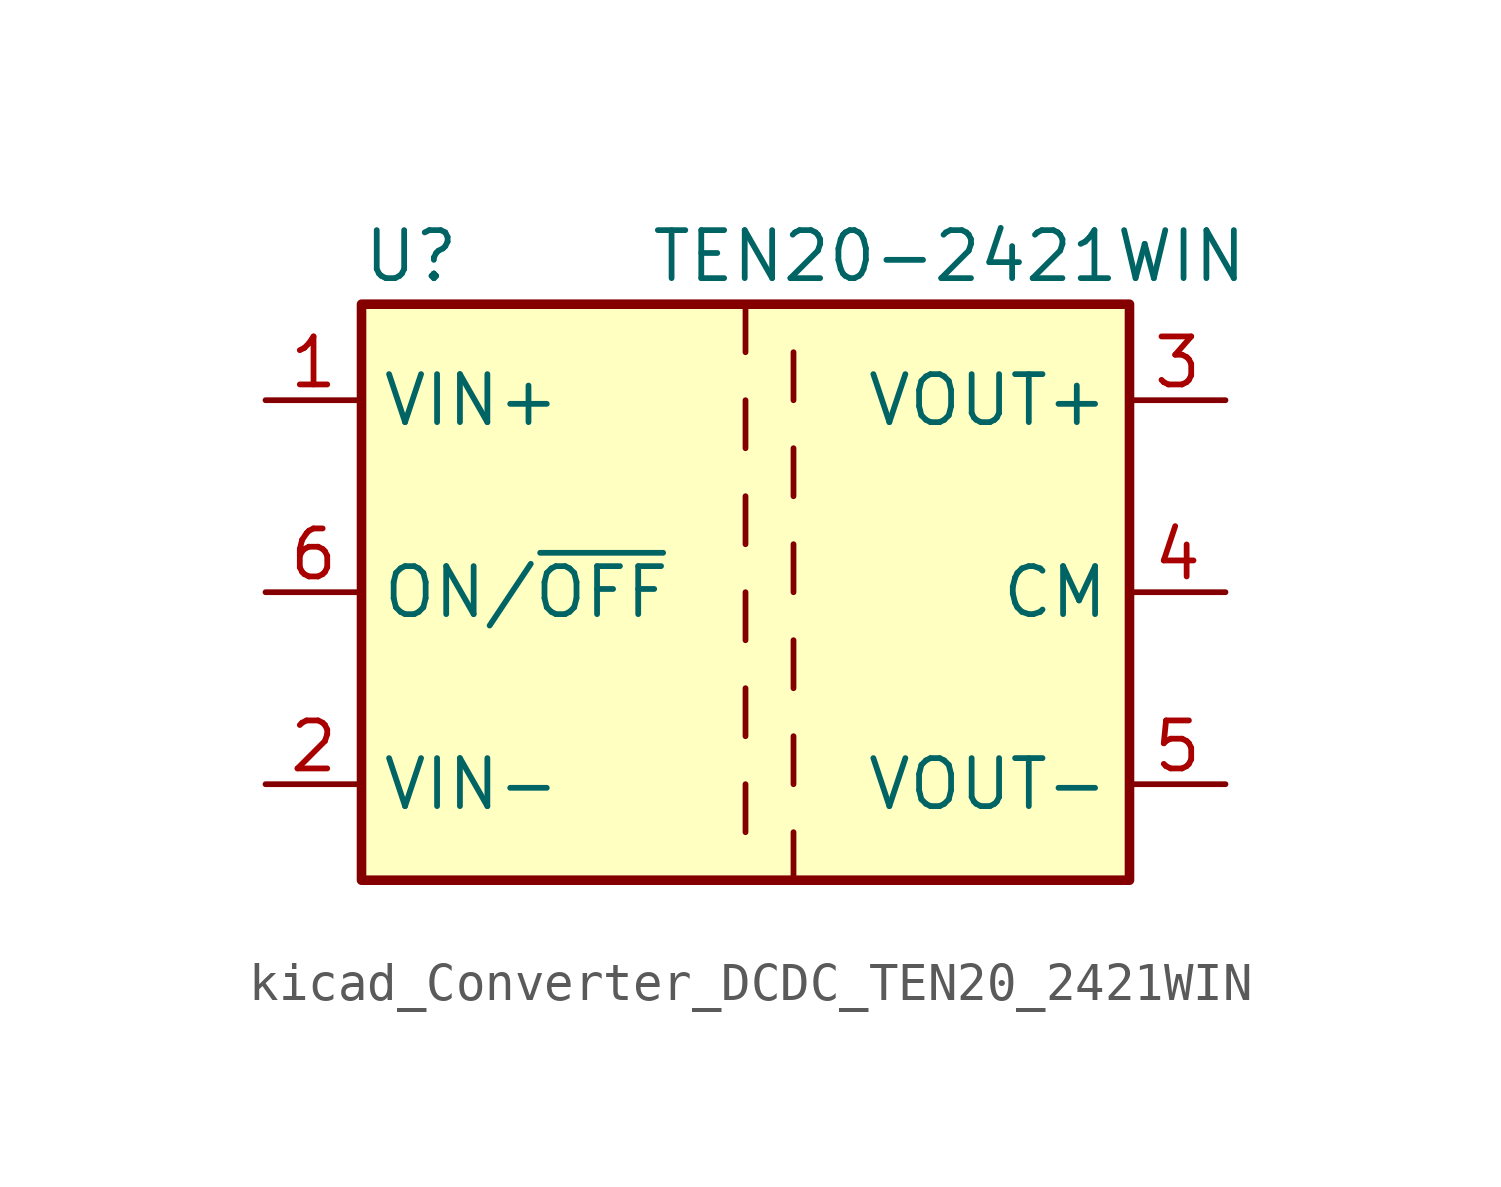
<source format=kicad_sym>
(kicad_symbol_lib
  (version 20220914)
  (generator kicad_symbol_editor)
  (symbol "kicad_Converter_DCDC_TEN20_2421WIN"
    (property "Reference" "U"
      (at -10.16 8.89 0)
      (effects (font (size 1.27 1.27)) (justify left)))
    (property "Value" "TEN20-2421WIN"
      (at -2.54 8.89 0)
      (effects (font (size 1.27 1.27)) (justify left)))
    (symbol "kicad_Converter_DCDC_TEN20_2421WIN_0_1"
      (rectangle (start -10.16 7.62) (end 10.16 -7.62) (stroke (width 0.254) (type default)) (fill (type background)))
      (polyline (pts (xy 0 -5.08) (xy 0 -6.35)) (stroke (width 0) (type default)) (fill (type none)))
      (polyline (pts (xy 0 -2.54) (xy 0 -3.81)) (stroke (width 0) (type default)) (fill (type none)))
      (polyline (pts (xy 0 0) (xy 0 -1.27)) (stroke (width 0) (type default)) (fill (type none)))
      (polyline (pts (xy 0 2.54) (xy 0 1.27)) (stroke (width 0) (type default)) (fill (type none)))
      (polyline (pts (xy 0 5.08) (xy 0 3.81)) (stroke (width 0) (type default)) (fill (type none)))
      (polyline (pts (xy 0 7.62) (xy 0 6.35)) (stroke (width 0) (type default)) (fill (type none)))
      (polyline (pts (xy 1.27 -7.62) (xy 1.27 -6.35)) (stroke (width 0) (type default)) (fill (type none)))
      (polyline (pts (xy 1.27 -5.08) (xy 1.27 -3.81)) (stroke (width 0) (type default)) (fill (type none)))
      (polyline (pts (xy 1.27 -2.54) (xy 1.27 -1.27)) (stroke (width 0) (type default)) (fill (type none)))
      (polyline (pts (xy 1.27 0) (xy 1.27 1.27)) (stroke (width 0) (type default)) (fill (type none)))
      (polyline (pts (xy 1.27 2.54) (xy 1.27 3.81)) (stroke (width 0) (type default)) (fill (type none)))
      (polyline (pts (xy 1.27 5.08) (xy 1.27 6.35)) (stroke (width 0) (type default)) (fill (type none))))
    (symbol "kicad_Converter_DCDC_TEN20_2421WIN_1_1"
      (pin power_in line (at -12.7 5.08 0) (length 2.54) (name "VIN+" (effects (font (size 1.27 1.27)))) (number "1" (effects (font (size 1.27 1.27)))))
      (pin power_in line (at -12.7 -5.08 0) (length 2.54) (name "VIN-" (effects (font (size 1.27 1.27)))) (number "2" (effects (font (size 1.27 1.27)))))
      (pin power_out line (at 12.7 5.08 180) (length 2.54) (name "VOUT+" (effects (font (size 1.27 1.27)))) (number "3" (effects (font (size 1.27 1.27)))))
      (pin power_out line (at 12.7 0 180) (length 2.54) (name "CM" (effects (font (size 1.27 1.27)))) (number "4" (effects (font (size 1.27 1.27)))))
      (pin power_out line (at 12.7 -5.08 180) (length 2.54) (name "VOUT-" (effects (font (size 1.27 1.27)))) (number "5" (effects (font (size 1.27 1.27)))))
      (pin input line (at -12.7 0 0) (length 2.54) (name "ON/~{OFF}" (effects (font (size 1.27 1.27)))) (number "6" (effects (font (size 1.27 1.27))))))))
</source>
